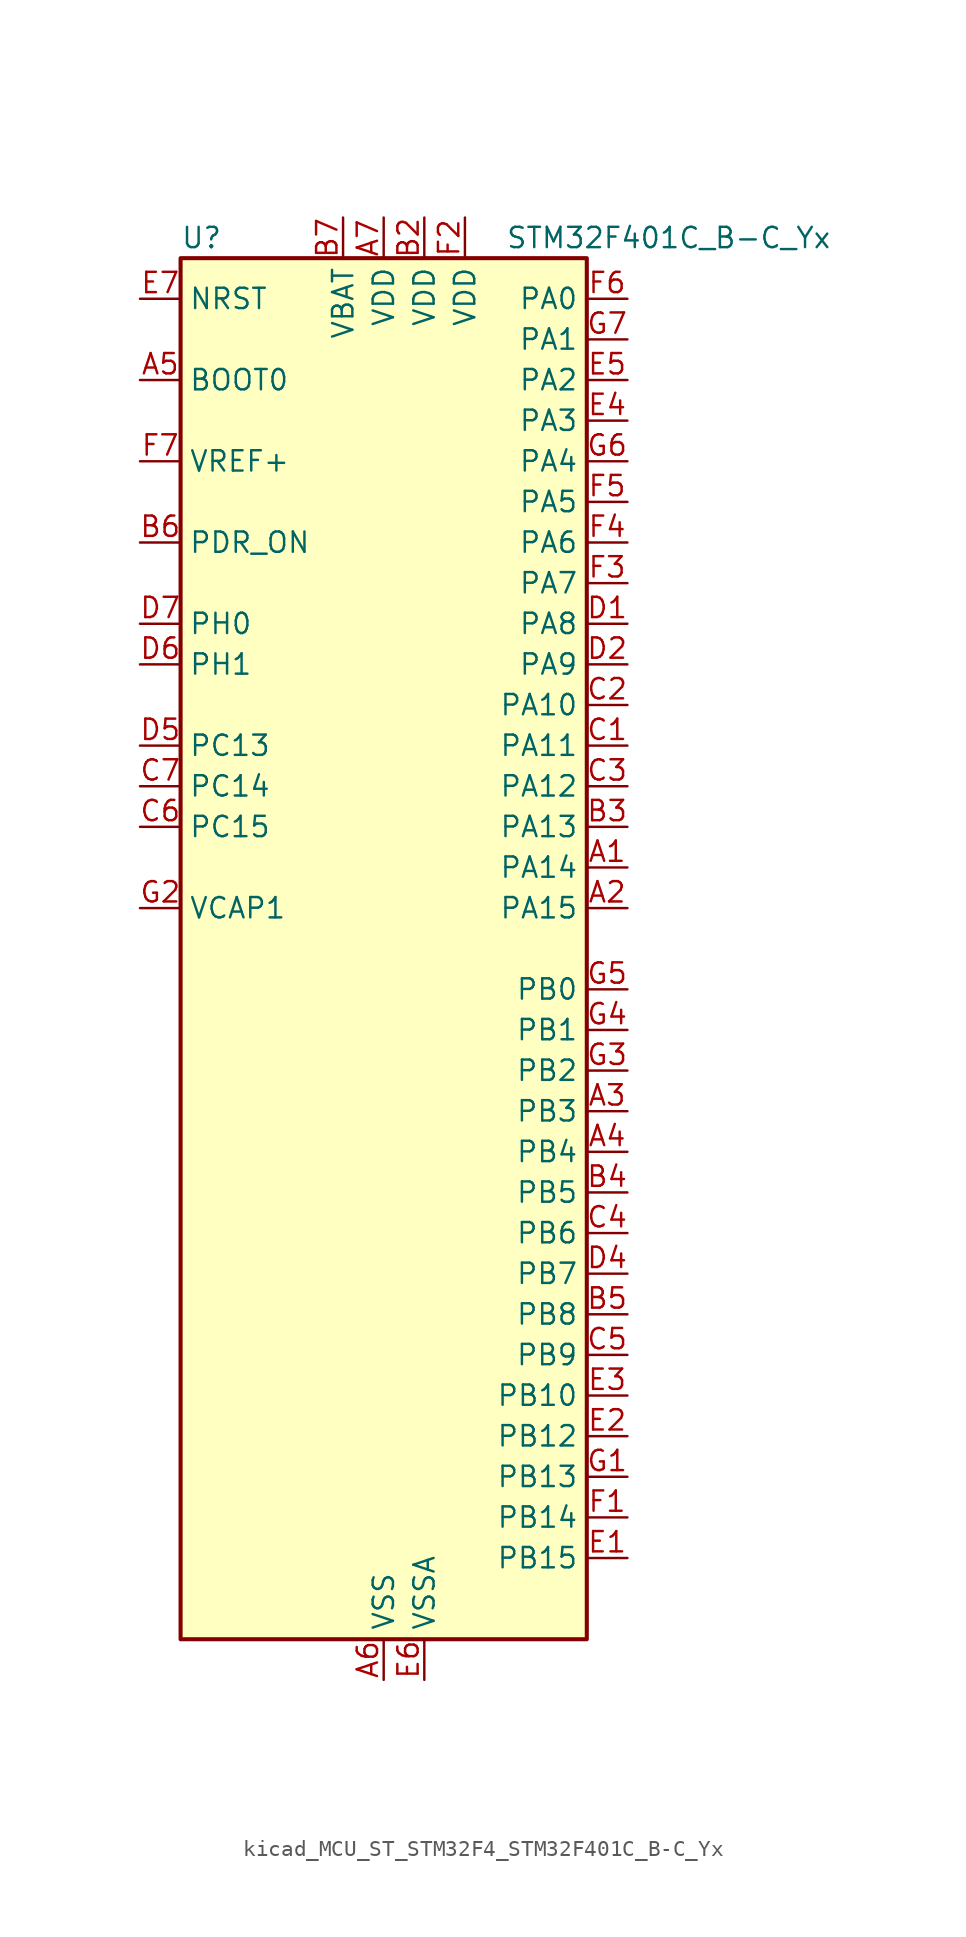
<source format=kicad_sym>
(kicad_symbol_lib
  (version 20220914)
  (generator kicad_symbol_editor)
  (symbol "kicad_MCU_ST_STM32F4_STM32F401C_B-C_Yx"
    (property "Reference" "U"
      (at -12.7 44.45 0)
      (effects (font (size 1.27 1.27)) (justify left)))
    (property "Value" "STM32F401C_B-C_Yx"
      (at 7.62 44.45 0)
      (effects (font (size 1.27 1.27)) (justify left)))
    (property "ki_locked" ""
      (at 0 0 0)
      (effects (font (size 1.27 1.27))))
    (symbol "kicad_MCU_ST_STM32F4_STM32F401C_B-C_Yx_0_1"
      (rectangle (start -12.7 -43.18) (end 12.7 43.18) (stroke (width 0.254) (type default)) (fill (type background))))
    (symbol "kicad_MCU_ST_STM32F4_STM32F401C_B-C_Yx_1_1"
      (pin bidirectional line (at 15.24 5.08 180) (length 2.54) (name "PA14" (effects (font (size 1.27 1.27)))) (number "A1" (effects (font (size 1.27 1.27)))) (alternate "SYS_JTCK-SWCLK" bidirectional line))
      (pin bidirectional line (at 15.24 2.54 180) (length 2.54) (name "PA15" (effects (font (size 1.27 1.27)))) (number "A2" (effects (font (size 1.27 1.27)))) (alternate "ADC1_EXTI15" bidirectional line) (alternate "I2S3_WS" bidirectional line) (alternate "SPI1_NSS" bidirectional line) (alternate "SPI3_NSS" bidirectional line) (alternate "SYS_JTDI" bidirectional line) (alternate "TIM2_CH1" bidirectional line) (alternate "TIM2_ETR" bidirectional line))
      (pin bidirectional line (at 15.24 -10.16 180) (length 2.54) (name "PB3" (effects (font (size 1.27 1.27)))) (number "A3" (effects (font (size 1.27 1.27)))) (alternate "I2C2_SDA" bidirectional line) (alternate "I2S3_CK" bidirectional line) (alternate "SPI1_SCK" bidirectional line) (alternate "SPI3_SCK" bidirectional line) (alternate "SYS_JTDO-SWO" bidirectional line) (alternate "TIM2_CH2" bidirectional line))
      (pin bidirectional line (at 15.24 -12.7 180) (length 2.54) (name "PB4" (effects (font (size 1.27 1.27)))) (number "A4" (effects (font (size 1.27 1.27)))) (alternate "I2C3_SDA" bidirectional line) (alternate "I2S3_ext_SD" bidirectional line) (alternate "SPI1_MISO" bidirectional line) (alternate "SPI3_MISO" bidirectional line) (alternate "SYS_JTRST" bidirectional line) (alternate "TIM3_CH1" bidirectional line))
      (pin input line (at -15.24 35.56 0) (length 2.54) (name "BOOT0" (effects (font (size 1.27 1.27)))) (number "A5" (effects (font (size 1.27 1.27)))))
      (pin power_in line (at 0 -45.72 90) (length 2.54) (name "VSS" (effects (font (size 1.27 1.27)))) (number "A6" (effects (font (size 1.27 1.27)))))
      (pin power_in line (at 0 45.72 270) (length 2.54) (name "VDD" (effects (font (size 1.27 1.27)))) (number "A7" (effects (font (size 1.27 1.27)))))
      (pin passive line (at 0 -45.72 90) (length 2.54) hide (name "VSS" (effects (font (size 1.27 1.27)))) (number "B1" (effects (font (size 1.27 1.27)))))
      (pin power_in line (at 2.54 45.72 270) (length 2.54) (name "VDD" (effects (font (size 1.27 1.27)))) (number "B2" (effects (font (size 1.27 1.27)))))
      (pin bidirectional line (at 15.24 7.62 180) (length 2.54) (name "PA13" (effects (font (size 1.27 1.27)))) (number "B3" (effects (font (size 1.27 1.27)))) (alternate "SYS_JTMS-SWDIO" bidirectional line))
      (pin bidirectional line (at 15.24 -15.24 180) (length 2.54) (name "PB5" (effects (font (size 1.27 1.27)))) (number "B4" (effects (font (size 1.27 1.27)))) (alternate "I2C1_SMBA" bidirectional line) (alternate "I2S3_SD" bidirectional line) (alternate "SPI1_MOSI" bidirectional line) (alternate "SPI3_MOSI" bidirectional line) (alternate "TIM3_CH2" bidirectional line))
      (pin bidirectional line (at 15.24 -22.86 180) (length 2.54) (name "PB8" (effects (font (size 1.27 1.27)))) (number "B5" (effects (font (size 1.27 1.27)))) (alternate "I2C1_SCL" bidirectional line) (alternate "TIM10_CH1" bidirectional line) (alternate "TIM4_CH3" bidirectional line))
      (pin input line (at -15.24 25.4 0) (length 2.54) (name "PDR_ON" (effects (font (size 1.27 1.27)))) (number "B6" (effects (font (size 1.27 1.27)))))
      (pin power_in line (at -2.54 45.72 270) (length 2.54) (name "VBAT" (effects (font (size 1.27 1.27)))) (number "B7" (effects (font (size 1.27 1.27)))))
      (pin bidirectional line (at 15.24 12.7 180) (length 2.54) (name "PA11" (effects (font (size 1.27 1.27)))) (number "C1" (effects (font (size 1.27 1.27)))) (alternate "ADC1_EXTI11" bidirectional line) (alternate "TIM1_CH4" bidirectional line) (alternate "USART1_CTS" bidirectional line) (alternate "USART6_TX" bidirectional line) (alternate "USB_OTG_FS_DM" bidirectional line))
      (pin bidirectional line (at 15.24 15.24 180) (length 2.54) (name "PA10" (effects (font (size 1.27 1.27)))) (number "C2" (effects (font (size 1.27 1.27)))) (alternate "TIM1_CH3" bidirectional line) (alternate "USART1_RX" bidirectional line) (alternate "USB_OTG_FS_ID" bidirectional line))
      (pin bidirectional line (at 15.24 10.16 180) (length 2.54) (name "PA12" (effects (font (size 1.27 1.27)))) (number "C3" (effects (font (size 1.27 1.27)))) (alternate "TIM1_ETR" bidirectional line) (alternate "USART1_RTS" bidirectional line) (alternate "USART6_RX" bidirectional line) (alternate "USB_OTG_FS_DP" bidirectional line))
      (pin bidirectional line (at 15.24 -17.78 180) (length 2.54) (name "PB6" (effects (font (size 1.27 1.27)))) (number "C4" (effects (font (size 1.27 1.27)))) (alternate "I2C1_SCL" bidirectional line) (alternate "TIM4_CH1" bidirectional line) (alternate "USART1_TX" bidirectional line))
      (pin bidirectional line (at 15.24 -25.4 180) (length 2.54) (name "PB9" (effects (font (size 1.27 1.27)))) (number "C5" (effects (font (size 1.27 1.27)))) (alternate "I2C1_SDA" bidirectional line) (alternate "I2S2_WS" bidirectional line) (alternate "SPI2_NSS" bidirectional line) (alternate "TIM11_CH1" bidirectional line) (alternate "TIM4_CH4" bidirectional line))
      (pin bidirectional line (at -15.24 7.62 0) (length 2.54) (name "PC15" (effects (font (size 1.27 1.27)))) (number "C6" (effects (font (size 1.27 1.27)))) (alternate "ADC1_EXTI15" bidirectional line) (alternate "RCC_OSC32_OUT" bidirectional line))
      (pin bidirectional line (at -15.24 10.16 0) (length 2.54) (name "PC14" (effects (font (size 1.27 1.27)))) (number "C7" (effects (font (size 1.27 1.27)))) (alternate "RCC_OSC32_IN" bidirectional line))
      (pin bidirectional line (at 15.24 20.32 180) (length 2.54) (name "PA8" (effects (font (size 1.27 1.27)))) (number "D1" (effects (font (size 1.27 1.27)))) (alternate "I2C3_SCL" bidirectional line) (alternate "RCC_MCO_1" bidirectional line) (alternate "TIM1_CH1" bidirectional line) (alternate "USART1_CK" bidirectional line) (alternate "USB_OTG_FS_SOF" bidirectional line))
      (pin bidirectional line (at 15.24 17.78 180) (length 2.54) (name "PA9" (effects (font (size 1.27 1.27)))) (number "D2" (effects (font (size 1.27 1.27)))) (alternate "I2C3_SMBA" bidirectional line) (alternate "TIM1_CH2" bidirectional line) (alternate "USART1_TX" bidirectional line) (alternate "USB_OTG_FS_VBUS" bidirectional line))
      (pin passive line (at 0 -45.72 90) (length 2.54) hide (name "VSS" (effects (font (size 1.27 1.27)))) (number "D3" (effects (font (size 1.27 1.27)))))
      (pin bidirectional line (at 15.24 -20.32 180) (length 2.54) (name "PB7" (effects (font (size 1.27 1.27)))) (number "D4" (effects (font (size 1.27 1.27)))) (alternate "I2C1_SDA" bidirectional line) (alternate "TIM4_CH2" bidirectional line) (alternate "USART1_RX" bidirectional line))
      (pin bidirectional line (at -15.24 12.7 0) (length 2.54) (name "PC13" (effects (font (size 1.27 1.27)))) (number "D5" (effects (font (size 1.27 1.27)))) (alternate "RTC_AF1" bidirectional line))
      (pin bidirectional line (at -15.24 17.78 0) (length 2.54) (name "PH1" (effects (font (size 1.27 1.27)))) (number "D6" (effects (font (size 1.27 1.27)))) (alternate "RCC_OSC_OUT" bidirectional line))
      (pin bidirectional line (at -15.24 20.32 0) (length 2.54) (name "PH0" (effects (font (size 1.27 1.27)))) (number "D7" (effects (font (size 1.27 1.27)))) (alternate "RCC_OSC_IN" bidirectional line))
      (pin bidirectional line (at 15.24 -38.1 180) (length 2.54) (name "PB15" (effects (font (size 1.27 1.27)))) (number "E1" (effects (font (size 1.27 1.27)))) (alternate "ADC1_EXTI15" bidirectional line) (alternate "I2S2_SD" bidirectional line) (alternate "RTC_REFIN" bidirectional line) (alternate "SPI2_MOSI" bidirectional line) (alternate "TIM1_CH3N" bidirectional line))
      (pin bidirectional line (at 15.24 -30.48 180) (length 2.54) (name "PB12" (effects (font (size 1.27 1.27)))) (number "E2" (effects (font (size 1.27 1.27)))) (alternate "I2C2_SMBA" bidirectional line) (alternate "I2S2_WS" bidirectional line) (alternate "SPI2_NSS" bidirectional line) (alternate "TIM1_BKIN" bidirectional line))
      (pin bidirectional line (at 15.24 -27.94 180) (length 2.54) (name "PB10" (effects (font (size 1.27 1.27)))) (number "E3" (effects (font (size 1.27 1.27)))) (alternate "I2C2_SCL" bidirectional line) (alternate "I2S2_CK" bidirectional line) (alternate "SPI2_SCK" bidirectional line) (alternate "TIM2_CH3" bidirectional line))
      (pin bidirectional line (at 15.24 33.02 180) (length 2.54) (name "PA3" (effects (font (size 1.27 1.27)))) (number "E4" (effects (font (size 1.27 1.27)))) (alternate "ADC1_IN3" bidirectional line) (alternate "TIM2_CH4" bidirectional line) (alternate "TIM5_CH4" bidirectional line) (alternate "TIM9_CH2" bidirectional line) (alternate "USART2_RX" bidirectional line))
      (pin bidirectional line (at 15.24 35.56 180) (length 2.54) (name "PA2" (effects (font (size 1.27 1.27)))) (number "E5" (effects (font (size 1.27 1.27)))) (alternate "ADC1_IN2" bidirectional line) (alternate "TIM2_CH3" bidirectional line) (alternate "TIM5_CH3" bidirectional line) (alternate "TIM9_CH1" bidirectional line) (alternate "USART2_TX" bidirectional line))
      (pin power_in line (at 2.54 -45.72 90) (length 2.54) (name "VSSA" (effects (font (size 1.27 1.27)))) (number "E6" (effects (font (size 1.27 1.27)))))
      (pin input line (at -15.24 40.64 0) (length 2.54) (name "NRST" (effects (font (size 1.27 1.27)))) (number "E7" (effects (font (size 1.27 1.27)))))
      (pin bidirectional line (at 15.24 -35.56 180) (length 2.54) (name "PB14" (effects (font (size 1.27 1.27)))) (number "F1" (effects (font (size 1.27 1.27)))) (alternate "I2S2_ext_SD" bidirectional line) (alternate "SPI2_MISO" bidirectional line) (alternate "TIM1_CH2N" bidirectional line))
      (pin power_in line (at 5.08 45.72 270) (length 2.54) (name "VDD" (effects (font (size 1.27 1.27)))) (number "F2" (effects (font (size 1.27 1.27)))))
      (pin bidirectional line (at 15.24 22.86 180) (length 2.54) (name "PA7" (effects (font (size 1.27 1.27)))) (number "F3" (effects (font (size 1.27 1.27)))) (alternate "ADC1_IN7" bidirectional line) (alternate "SPI1_MOSI" bidirectional line) (alternate "TIM1_CH1N" bidirectional line) (alternate "TIM3_CH2" bidirectional line))
      (pin bidirectional line (at 15.24 25.4 180) (length 2.54) (name "PA6" (effects (font (size 1.27 1.27)))) (number "F4" (effects (font (size 1.27 1.27)))) (alternate "ADC1_IN6" bidirectional line) (alternate "SPI1_MISO" bidirectional line) (alternate "TIM1_BKIN" bidirectional line) (alternate "TIM3_CH1" bidirectional line))
      (pin bidirectional line (at 15.24 27.94 180) (length 2.54) (name "PA5" (effects (font (size 1.27 1.27)))) (number "F5" (effects (font (size 1.27 1.27)))) (alternate "ADC1_IN5" bidirectional line) (alternate "SPI1_SCK" bidirectional line) (alternate "TIM2_CH1" bidirectional line) (alternate "TIM2_ETR" bidirectional line))
      (pin bidirectional line (at 15.24 40.64 180) (length 2.54) (name "PA0" (effects (font (size 1.27 1.27)))) (number "F6" (effects (font (size 1.27 1.27)))) (alternate "ADC1_IN0" bidirectional line) (alternate "SYS_WKUP" bidirectional line) (alternate "TIM2_CH1" bidirectional line) (alternate "TIM2_ETR" bidirectional line) (alternate "TIM5_CH1" bidirectional line) (alternate "USART2_CTS" bidirectional line))
      (pin input line (at -15.24 30.48 0) (length 2.54) (name "VREF+" (effects (font (size 1.27 1.27)))) (number "F7" (effects (font (size 1.27 1.27)))))
      (pin bidirectional line (at 15.24 -33.02 180) (length 2.54) (name "PB13" (effects (font (size 1.27 1.27)))) (number "G1" (effects (font (size 1.27 1.27)))) (alternate "I2S2_CK" bidirectional line) (alternate "SPI2_SCK" bidirectional line) (alternate "TIM1_CH1N" bidirectional line))
      (pin power_out line (at -15.24 2.54 0) (length 2.54) (name "VCAP1" (effects (font (size 1.27 1.27)))) (number "G2" (effects (font (size 1.27 1.27)))))
      (pin bidirectional line (at 15.24 -7.62 180) (length 2.54) (name "PB2" (effects (font (size 1.27 1.27)))) (number "G3" (effects (font (size 1.27 1.27)))))
      (pin bidirectional line (at 15.24 -5.08 180) (length 2.54) (name "PB1" (effects (font (size 1.27 1.27)))) (number "G4" (effects (font (size 1.27 1.27)))) (alternate "ADC1_IN9" bidirectional line) (alternate "TIM1_CH3N" bidirectional line) (alternate "TIM3_CH4" bidirectional line))
      (pin bidirectional line (at 15.24 -2.54 180) (length 2.54) (name "PB0" (effects (font (size 1.27 1.27)))) (number "G5" (effects (font (size 1.27 1.27)))) (alternate "ADC1_IN8" bidirectional line) (alternate "TIM1_CH2N" bidirectional line) (alternate "TIM3_CH3" bidirectional line))
      (pin bidirectional line (at 15.24 30.48 180) (length 2.54) (name "PA4" (effects (font (size 1.27 1.27)))) (number "G6" (effects (font (size 1.27 1.27)))) (alternate "ADC1_IN4" bidirectional line) (alternate "I2S3_WS" bidirectional line) (alternate "SPI1_NSS" bidirectional line) (alternate "SPI3_NSS" bidirectional line) (alternate "USART2_CK" bidirectional line))
      (pin bidirectional line (at 15.24 38.1 180) (length 2.54) (name "PA1" (effects (font (size 1.27 1.27)))) (number "G7" (effects (font (size 1.27 1.27)))) (alternate "ADC1_IN1" bidirectional line) (alternate "TIM2_CH2" bidirectional line) (alternate "TIM5_CH2" bidirectional line) (alternate "USART2_RTS" bidirectional line)))))
</source>
